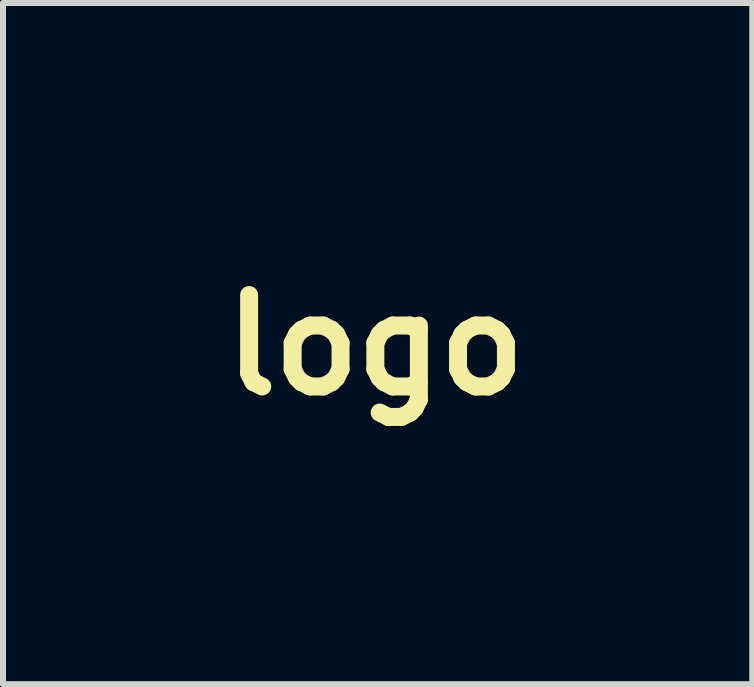
<source format=kicad_pcb>
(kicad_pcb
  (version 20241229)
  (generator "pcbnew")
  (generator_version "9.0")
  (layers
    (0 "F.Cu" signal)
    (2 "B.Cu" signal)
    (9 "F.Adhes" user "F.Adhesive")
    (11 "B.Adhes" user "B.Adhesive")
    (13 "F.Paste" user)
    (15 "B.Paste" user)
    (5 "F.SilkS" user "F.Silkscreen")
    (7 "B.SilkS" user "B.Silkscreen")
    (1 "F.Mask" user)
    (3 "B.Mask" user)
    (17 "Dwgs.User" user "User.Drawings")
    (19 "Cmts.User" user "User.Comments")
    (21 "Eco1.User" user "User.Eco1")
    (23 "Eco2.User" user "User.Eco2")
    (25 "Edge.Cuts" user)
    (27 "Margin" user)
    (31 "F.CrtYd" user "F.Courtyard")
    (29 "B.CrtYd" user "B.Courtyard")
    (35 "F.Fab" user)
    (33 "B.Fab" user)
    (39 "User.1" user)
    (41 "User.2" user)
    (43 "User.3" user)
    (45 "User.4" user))
  (footprint "logo"
    (layer "F.Cu")
    (at 3.209 2.705)
    (property "Reference" "logo" (at 0 0 0) (layer "F.SilkS") (effects (font (size 1.524 1.524) (thickness 0.3))))
    (attr through_hole)
    (fp_poly (pts (xy 3.036 -2.033) (xy 3.079 -2.005) (xy 3.258 -1.858) (xy 3.28 -1.733) (xy 3.148 -1.596) (xy 3.114 -1.571) (xy 2.909 -1.475) (xy 2.694 -1.441) (xy 2.524 -1.47) (xy 2.455 -1.562) (xy 2.507 -1.704) (xy 2.634 -1.891) (xy 2.656 -1.917) (xy 2.796 -2.067) (xy 2.9 -2.1) (xy 3.036 -2.033)) (stroke (width 0.01) (type solid)) (fill no) (layer "Eco2.User"))
    (fp_poly (pts (xy 0.563 -2.677) (xy 0.773 -2.606) (xy 1.05 -2.472) (xy 1.298 -2.339) (xy 1.698 -2.129) (xy 1.977 -2.004) (xy 2.159 -1.958) (xy 2.265 -1.984) (xy 2.311 -2.053) (xy 2.378 -2.112) (xy 2.447 -2.068) (xy 2.46 -1.992) (xy 2.419 -1.827) (xy 2.316 -1.561) (xy 2.147 -1.178) (xy 1.905 -0.667) (xy 1.785 -0.418) (xy 1.53 0.107) (xy 1.342 0.503) (xy 1.214 0.79) (xy 1.139 0.989) (xy 1.107 1.122) (xy 1.112 1.211) (xy 1.146 1.276) (xy 1.169 1.304) (xy 1.263 1.42) (xy 1.241 1.439) (xy 1.16 1.412) (xy 0.976 1.416) (xy 0.776 1.512) (xy 0.628 1.656) (xy 0.593 1.762) (xy 0.579 1.845) (xy 0.516 1.789) (xy 0.486 1.749) (xy 0.436 1.695) (xy 0.362 1.66) (xy 0.237 1.644) (xy 0.035 1.647) (xy -0.269 1.667) (xy -0.702 1.706) (xy -0.975 1.732) (xy -1.452 1.777) (xy -1.882 1.815) (xy -2.233 1.844) (xy -2.469 1.861) (xy -2.54 1.864) (xy -2.675 1.878) (xy -2.656 1.925) (xy -2.628 1.944) (xy -2.549 2.047) (xy -2.576 2.224) (xy -2.585 2.25) (xy -2.711 2.474) (xy -2.877 2.617) (xy -3.04 2.649) (xy -3.116 2.607) (xy -3.203 2.438) (xy -3.204 2.244) (xy -3.122 2.103) (xy -3.091 2.086) (xy -2.998 1.973) (xy -2.985 1.844) (xy -2.964 1.696) (xy -2.872 1.673) (xy -2.815 1.667) (xy -2.787 1.609) (xy -2.79 1.47) (xy -2.823 1.221) (xy -2.889 0.835) (xy -2.89 0.826) (xy -2.923 0.598) (xy -2.487 0.598) (xy -2.477 1.119) (xy -2.475 1.176) (xy -2.455 1.718) (xy -1.848 1.661) (xy -1.458 1.627) (xy -0.992 1.589) (xy -0.544 1.555) (xy -0.493 1.552) (xy -0.161 1.525) (xy 0.095 1.497) (xy 0.237 1.474) (xy 0.254 1.466) (xy 0.213 1.38) (xy 0.118 1.225) (xy 0.028 0.993) (xy 0.03 0.824) (xy 0.026 0.699) (xy -0.047 0.518) (xy -0.199 0.256) (xy -0.444 -0.109) (xy -0.517 -0.212) (xy -0.815 -0.631) (xy -1.029 -0.925) (xy -1.158 -1.091) (xy -1.197 -1.125) (xy -1.159 -1.049) (xy -1.167 -0.917) (xy -1.292 -0.772) (xy -1.487 -0.649) (xy -1.706 -0.582) (xy -1.805 -0.579) (xy -2.075 -0.545) (xy -2.268 -0.4) (xy -2.369 -0.257) (xy -2.437 -0.062) (xy -2.475 0.214) (xy -2.487 0.598) (xy -2.923 0.598) (xy -2.967 0.294) (xy -2.982 -0.114) (xy -2.928 -0.436) (xy -2.801 -0.707) (xy -2.61 -0.947) (xy -2.42 -1.115) (xy -2.224 -1.18) (xy -2.012 -1.182) (xy -1.737 -1.185) (xy -1.506 -1.215) (xy -1.464 -1.226) (xy -1.433 -1.24) (xy -0.866 -1.24) (xy -0.859 -1.2) (xy -0.769 -1.051) (xy -0.614 -0.818) (xy -0.509 -0.667) (xy -0.285 -0.349) (xy -0.076 -0.049) (xy 0.081 0.181) (xy 0.115 0.232) (xy 0.296 0.431) (xy 0.477 0.507) (xy 0.477 0.507) (xy 0.653 0.577) (xy 0.809 0.738) (xy 0.959 0.968) (xy 1.046 0.759) (xy 1.114 0.609) (xy 1.242 0.342) (xy 1.412 -0.01) (xy 1.608 -0.411) (xy 1.677 -0.55) (xy 1.864 -0.934) (xy 2.016 -1.251) (xy 2.12 -1.479) (xy 2.166 -1.591) (xy 2.164 -1.597) (xy 2.065 -1.602) (xy 1.85 -1.664) (xy 1.557 -1.77) (xy 1.413 -1.828) (xy 0.863 -2.024) (xy 0.432 -2.109) (xy 0.115 -2.08) (xy -0.097 -1.937) (xy -0.212 -1.679) (xy -0.216 -1.655) (xy -0.299 -1.426) (xy -0.47 -1.298) (xy -0.526 -1.276) (xy -0.729 -1.229) (xy -0.865 -1.239) (xy -0.866 -1.24) (xy -1.433 -1.24) (xy -1.34 -1.281) (xy -1.334 -1.362) (xy -1.415 -1.498) (xy -1.553 -1.708) (xy -1.654 -1.518) (xy -1.725 -1.402) (xy -1.773 -1.41) (xy -1.831 -1.56) (xy -1.849 -1.616) (xy -1.924 -1.894) (xy -1.989 -2.213) (xy -2 -2.274) (xy -2.024 -2.459) (xy -2.013 -2.561) (xy -1.945 -2.577) (xy -1.798 -2.502) (xy -1.55 -2.335) (xy -1.313 -2.166) (xy -1.087 -2) (xy -0.987 -1.91) (xy -0.999 -1.871) (xy -1.109 -1.863) (xy -1.126 -1.863) (xy -1.287 -1.854) (xy -1.307 -1.8) (xy -1.213 -1.665) (xy -1.097 -1.534) (xy -1.008 -1.531) (xy -0.923 -1.601) (xy -0.803 -1.781) (xy -0.725 -2) (xy -0.575 -2.335) (xy -0.296 -2.565) (xy 0.103 -2.683) (xy 0.16 -2.689) (xy 0.374 -2.7) (xy 0.563 -2.677)) (stroke (width 0.01) (type solid)) (fill no) (layer "Eco2.User")))
  (gr_rect
    (start -3 -3)
    (end 9.494 8.359)
    (stroke (width 0.1) (type default))
    (fill no)
    (layer "Edge.Cuts")))
</source>
